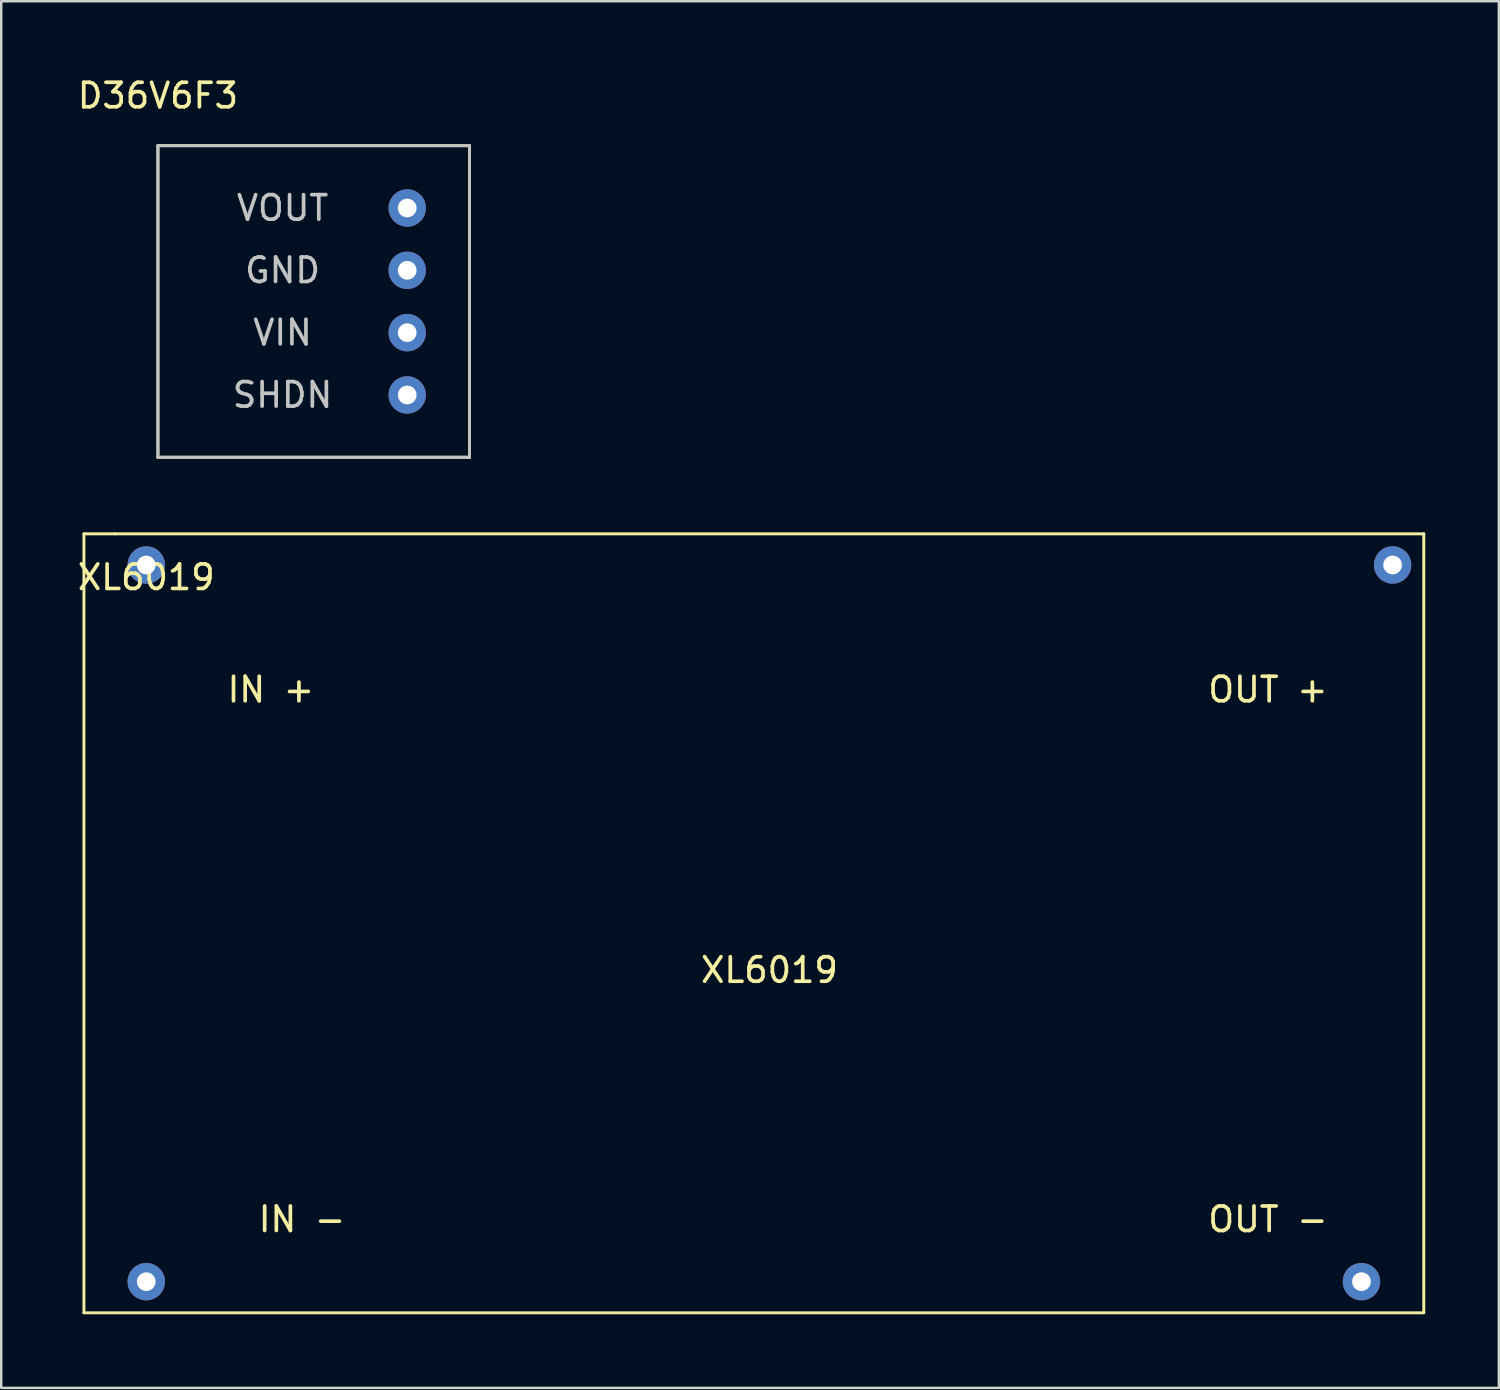
<source format=kicad_pcb>
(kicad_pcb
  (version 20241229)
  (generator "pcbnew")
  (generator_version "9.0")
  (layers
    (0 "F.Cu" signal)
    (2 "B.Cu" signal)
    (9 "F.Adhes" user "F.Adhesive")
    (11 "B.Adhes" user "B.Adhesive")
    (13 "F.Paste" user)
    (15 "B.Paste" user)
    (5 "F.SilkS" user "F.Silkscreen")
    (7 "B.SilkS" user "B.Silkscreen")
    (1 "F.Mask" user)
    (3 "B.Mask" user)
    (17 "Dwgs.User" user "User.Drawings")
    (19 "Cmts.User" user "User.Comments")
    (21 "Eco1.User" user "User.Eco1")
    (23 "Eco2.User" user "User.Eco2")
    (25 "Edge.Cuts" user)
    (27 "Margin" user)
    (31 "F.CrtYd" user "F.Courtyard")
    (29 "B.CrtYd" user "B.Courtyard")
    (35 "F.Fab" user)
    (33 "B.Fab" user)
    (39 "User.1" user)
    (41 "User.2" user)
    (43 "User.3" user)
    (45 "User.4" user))
  (footprint "D36V6F3"
    (layer "F.Cu")
    (at 3.387 0.348)
    (property "Reference" "D36V6F3" (at 0 0.5 0) (layer "F.SilkS") (effects (font (size 1 1) (thickness 0.15))))
    (attr through_hole)
    (fp_line (start 0 2.54) (end 12.7 2.54) (stroke (width 0.12) (type solid)) (layer "F.SilkS"))
    (fp_line (start 0 15.24) (end 0 2.54) (stroke (width 0.12) (type solid)) (layer "F.SilkS"))
    (fp_line (start 12.7 2.54) (end 12.7 15.24) (stroke (width 0.12) (type solid)) (layer "F.SilkS"))
    (fp_line (start 12.7 15.24) (end 0 15.24) (stroke (width 0.12) (type solid)) (layer "F.SilkS"))
    (fp_line (start 0 2.54) (end 12.7 2.54) (stroke (width 0.12) (type solid)) (layer "Dwgs.User"))
    (fp_line (start 0 15.24) (end 0 2.54) (stroke (width 0.12) (type solid)) (layer "Dwgs.User"))
    (fp_line (start 12.7 2.54) (end 12.7 15.24) (stroke (width 0.12) (type solid)) (layer "Dwgs.User"))
    (fp_line (start 12.7 15.24) (end 0 15.24) (stroke (width 0.12) (type solid)) (layer "Dwgs.User"))
    (fp_text user "VOUT" (at 5.08 5.08 0) (layer "Dwgs.User") (effects (font (size 1 1) (thickness 0.15))))
    (fp_text user "GND" (at 5.08 7.62 0) (layer "Dwgs.User") (effects (font (size 1 1) (thickness 0.15))))
    (fp_text user "VIN" (at 5.08 10.16 0) (layer "Dwgs.User") (effects (font (size 1 1) (thickness 0.15))))
    (fp_text user "SHDN" (at 5.08 12.7 0) (layer "Dwgs.User") (effects (font (size 1 1) (thickness 0.15))))
    (pad "1" thru_hole circle (at 10.16 12.7) (size 1.524 1.524) (drill 0.762) (layers "*.Cu" "*.Mask"))
    (pad "2" thru_hole circle (at 10.16 10.16) (size 1.524 1.524) (drill 0.762) (layers "*.Cu" "*.Mask"))
    (pad "3" thru_hole circle (at 10.16 7.62) (size 1.524 1.524) (drill 0.762) (layers "*.Cu" "*.Mask"))
    (pad "4" thru_hole circle (at 10.16 5.08) (size 1.524 1.524) (drill 0.762) (layers "*.Cu" "*.Mask")))
  (footprint "XL6019"
    (layer "F.Cu")
    (at 2.911 19.978)
    (property "Reference" "XL6019" (at 0 0.5 0) (layer "F.SilkS") (effects (font (size 1 1) (thickness 0.15))))
    (attr through_hole)
    (fp_line (start -2.54 -1.27) (end -1.27 -1.27) (stroke (width 0.12) (type solid)) (layer "F.SilkS"))
    (fp_line (start -2.54 30.48) (end -2.54 -1.27) (stroke (width 0.12) (type solid)) (layer "F.SilkS"))
    (fp_line (start -1.27 -1.27) (end 52.07 -1.27) (stroke (width 0.12) (type solid)) (layer "F.SilkS"))
    (fp_line (start 52.07 -1.27) (end 52.07 30.48) (stroke (width 0.12) (type solid)) (layer "F.SilkS"))
    (fp_line (start 52.07 30.48) (end -2.54 30.48) (stroke (width 0.12) (type solid)) (layer "F.SilkS"))
    (fp_text user "IN +" (at 5.08 5.08 0) (layer "F.SilkS") (effects (font (size 1 1) (thickness 0.15))))
    (fp_text user "OUT -" (at 45.72 26.67 0) (layer "F.SilkS") (effects (font (size 1 1) (thickness 0.15))))
    (fp_text user "OUT +" (at 45.72 5.08 0) (layer "F.SilkS") (effects (font (size 1 1) (thickness 0.15))))
    (fp_text user "XL6019" (at 25.4 16.51 0) (layer "F.SilkS") (effects (font (size 1 1) (thickness 0.15))))
    (fp_text user "IN -" (at 6.35 26.67 0) (layer "F.SilkS") (effects (font (size 1 1) (thickness 0.15))))
    (pad "1" thru_hole circle (at 50.8 0) (size 1.524 1.524) (drill 0.762) (layers "*.Cu" "*.Mask"))
    (pad "2" thru_hole circle (at 0 0) (size 1.524 1.524) (drill 0.762) (layers "*.Cu" "*.Mask"))
    (pad "3" thru_hole circle (at 0 29.21) (size 1.524 1.524) (drill 0.762) (layers "*.Cu" "*.Mask"))
    (pad "4" thru_hole circle (at 49.53 29.21) (size 1.524 1.524) (drill 0.762) (layers "*.Cu" "*.Mask")))
  (gr_rect
    (start -3 -3)
    (end 58.041 53.518)
    (stroke (width 0.1) (type default))
    (fill no)
    (layer "Edge.Cuts")))
</source>
